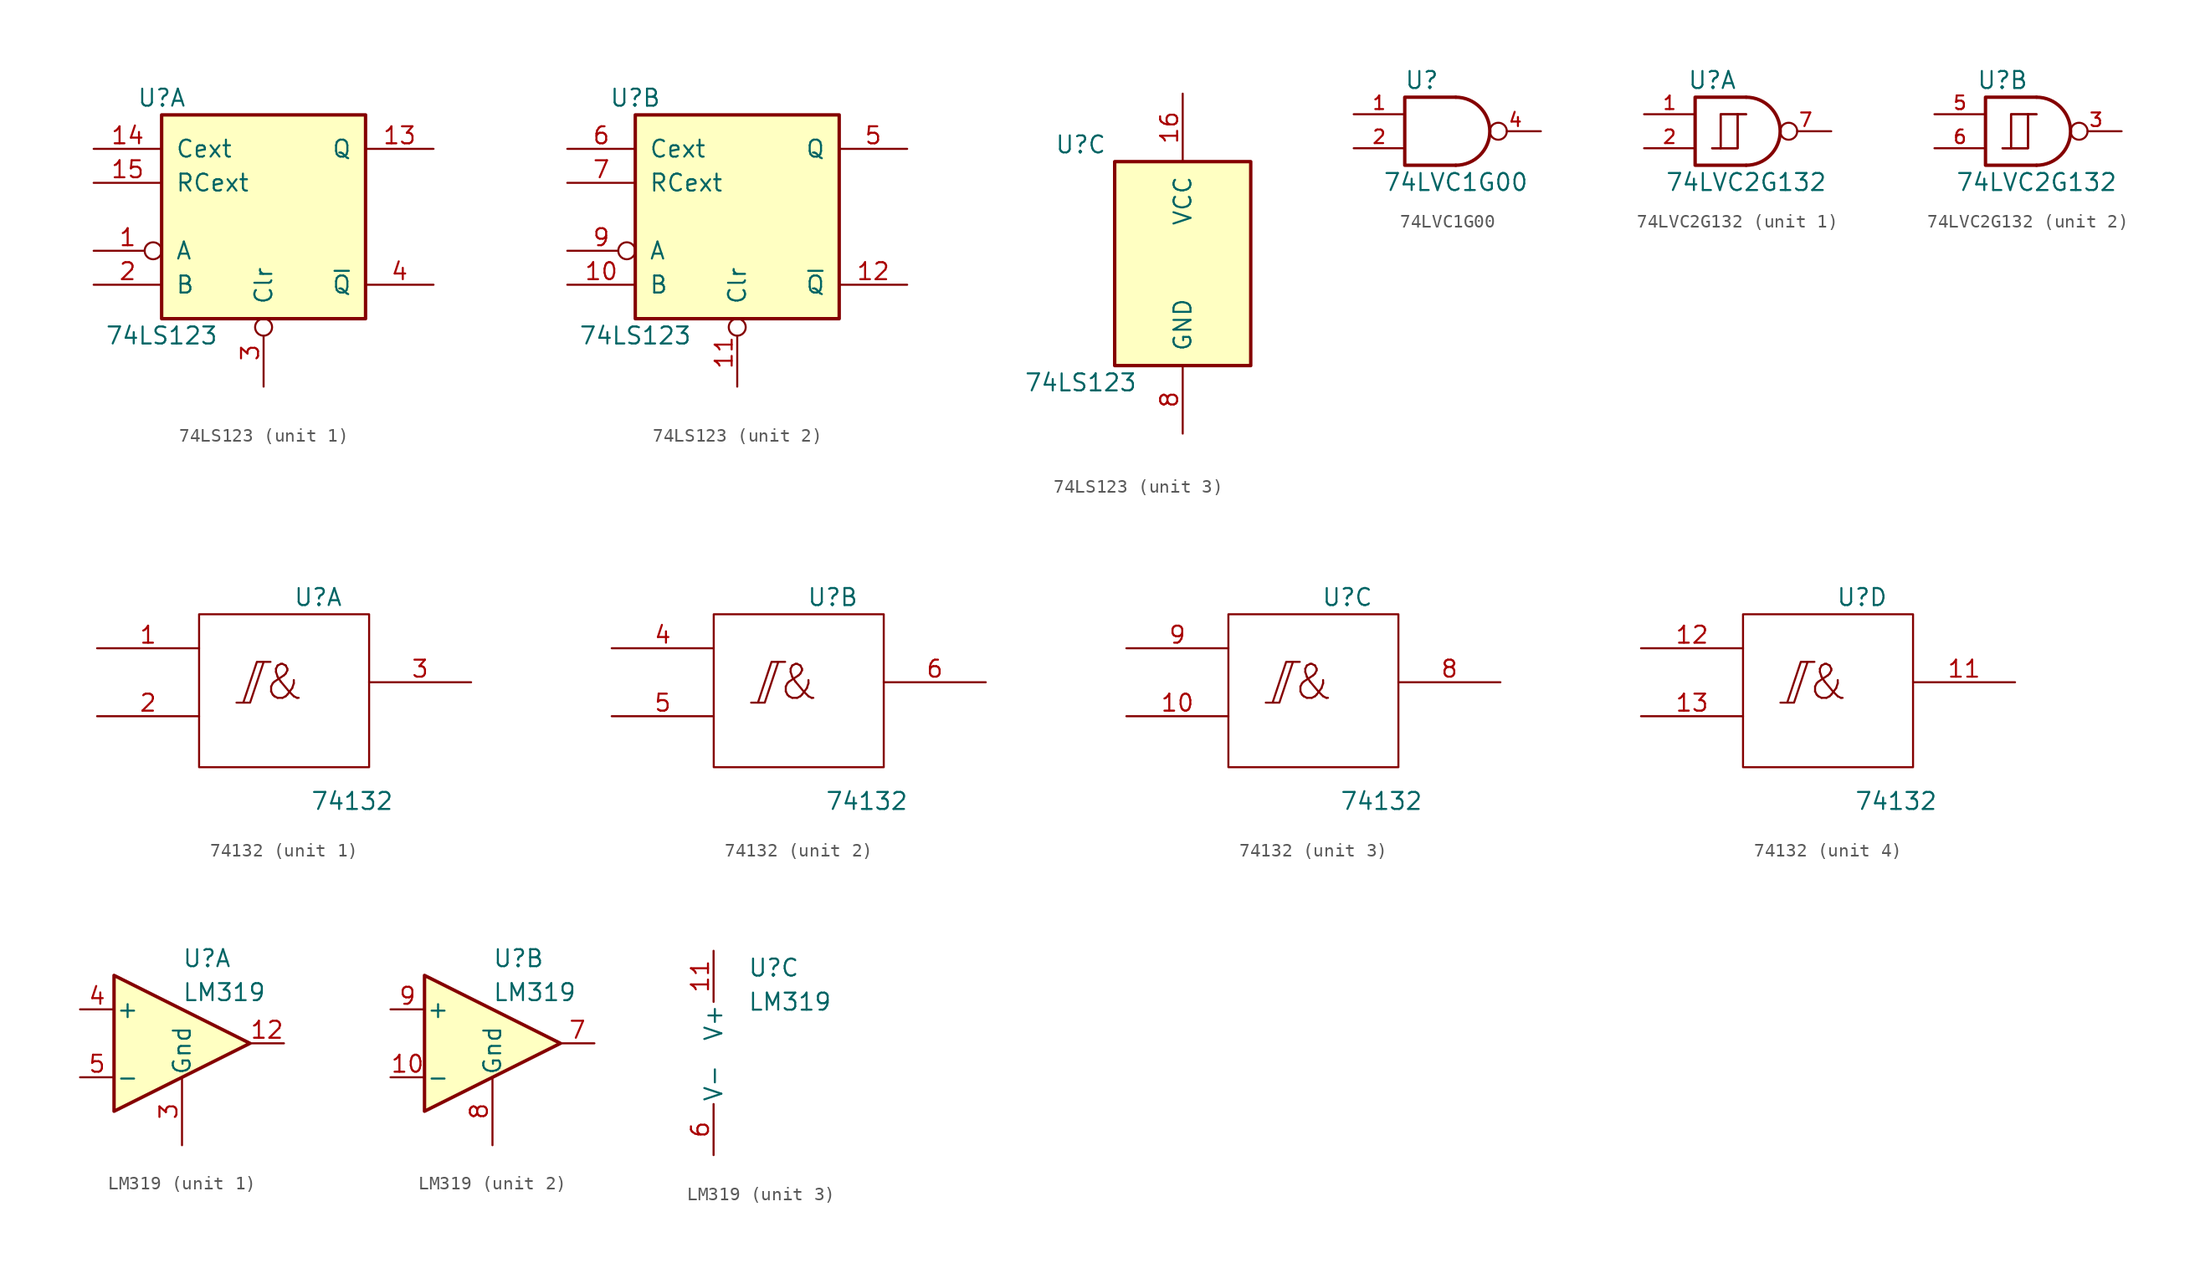
<source format=kicad_sym>
(kicad_symbol_lib
  (version 20241209)
  (generator "kicad_symbol_editor")
  (generator_version "9.0")
  (symbol "74LS123"
    (pin_names
      (offset 1.016))
    (property "Reference" "U"
      (at -7.62 8.89 0)
      (effects (font (size 1.27 1.27))))
    (property "Value" "74LS123"
      (at -7.62 -8.89 0)
      (effects (font (size 1.27 1.27))))
    (property "ki_locked" ""
      (at 0 0 0)
      (effects (font (size 1.27 1.27))))
    (symbol "74LS123_1_0"
      (pin input line (at -12.7 5.08 0) (length 5.08) (name "Cext" (effects (font (size 1.27 1.27)))) (number "14" (effects (font (size 1.27 1.27)))))
      (pin input line (at -12.7 2.54 0) (length 5.08) (name "RCext" (effects (font (size 1.27 1.27)))) (number "15" (effects (font (size 1.27 1.27)))))
      (pin input inverted (at -12.7 -2.54 0) (length 5.08) (name "A" (effects (font (size 1.27 1.27)))) (number "1" (effects (font (size 1.27 1.27)))))
      (pin input line (at -12.7 -5.08 0) (length 5.08) (name "B" (effects (font (size 1.27 1.27)))) (number "2" (effects (font (size 1.27 1.27)))))
      (pin input inverted (at 0 -12.7 90) (length 5.08) (name "Clr" (effects (font (size 1.27 1.27)))) (number "3" (effects (font (size 1.27 1.27)))))
      (pin output line (at 12.7 5.08 180) (length 5.08) (name "Q" (effects (font (size 1.27 1.27)))) (number "13" (effects (font (size 1.27 1.27)))))
      (pin output line (at 12.7 -5.08 180) (length 5.08) (name "~{Q}" (effects (font (size 1.27 1.27)))) (number "4" (effects (font (size 1.27 1.27))))))
    (symbol "74LS123_1_1"
      (rectangle (start -7.62 7.62) (end 7.62 -7.62) (stroke (width 0.254) (type default)) (fill (type background))))
    (symbol "74LS123_2_0"
      (pin input line (at -12.7 5.08 0) (length 5.08) (name "Cext" (effects (font (size 1.27 1.27)))) (number "6" (effects (font (size 1.27 1.27)))))
      (pin input line (at -12.7 2.54 0) (length 5.08) (name "RCext" (effects (font (size 1.27 1.27)))) (number "7" (effects (font (size 1.27 1.27)))))
      (pin input inverted (at -12.7 -2.54 0) (length 5.08) (name "A" (effects (font (size 1.27 1.27)))) (number "9" (effects (font (size 1.27 1.27)))))
      (pin input line (at -12.7 -5.08 0) (length 5.08) (name "B" (effects (font (size 1.27 1.27)))) (number "10" (effects (font (size 1.27 1.27)))))
      (pin input inverted (at 0 -12.7 90) (length 5.08) (name "Clr" (effects (font (size 1.27 1.27)))) (number "11" (effects (font (size 1.27 1.27)))))
      (pin output line (at 12.7 5.08 180) (length 5.08) (name "Q" (effects (font (size 1.27 1.27)))) (number "5" (effects (font (size 1.27 1.27)))))
      (pin output line (at 12.7 -5.08 180) (length 5.08) (name "~{Q}" (effects (font (size 1.27 1.27)))) (number "12" (effects (font (size 1.27 1.27))))))
    (symbol "74LS123_2_1"
      (rectangle (start -7.62 7.62) (end 7.62 -7.62) (stroke (width 0.254) (type default)) (fill (type background))))
    (symbol "74LS123_3_0"
      (pin power_in line (at 0 12.7 270) (length 5.08) (name "VCC" (effects (font (size 1.27 1.27)))) (number "16" (effects (font (size 1.27 1.27)))))
      (pin power_in line (at 0 -12.7 90) (length 5.08) (name "GND" (effects (font (size 1.27 1.27)))) (number "8" (effects (font (size 1.27 1.27))))))
    (symbol "74LS123_3_1"
      (rectangle (start -5.08 7.62) (end 5.08 -7.62) (stroke (width 0.254) (type default)) (fill (type background)))))
  (symbol "74LVC1G00"
    (pin_names
      (offset 1.016))
    (property "Reference" "U"
      (at -2.54 3.81 0)
      (effects (font (size 1.27 1.27))))
    (property "Value" "74LVC1G00"
      (at 0 -3.81 0)
      (effects (font (size 1.27 1.27))))
    (symbol "74LVC1G00_0_1"
      (arc (start 0 2.54) (mid 2.529 0) (end 0 -2.54) (stroke (width 0.254) (type default)) (fill (type none)))
      (polyline (pts (xy 0 -2.54) (xy -3.81 -2.54) (xy -3.81 2.54) (xy 0 2.54)) (stroke (width 0.254) (type default)) (fill (type none))))
    (symbol "74LVC1G00_1_1"
      (pin input line (at -7.62 1.27 0) (length 3.81) (name "~" (effects (font (size 1.016 1.016)))) (number "1" (effects (font (size 1.016 1.016)))))
      (pin input line (at -7.62 -1.27 0) (length 3.81) (name "~" (effects (font (size 1.016 1.016)))) (number "2" (effects (font (size 1.016 1.016)))))
      (pin power_in line (at 0 2.54 90) (length 0) (hide yes) (name "+5V" (effects (font (size 1.016 1.016)))) (number "5" (effects (font (size 1.016 1.016)))))
      (pin power_in line (at 0 -2.54 270) (length 0) (hide yes) (name "GND" (effects (font (size 1.016 1.016)))) (number "3" (effects (font (size 1.016 1.016)))))
      (pin output inverted (at 6.35 0 180) (length 3.81) (name "~" (effects (font (size 1.016 1.016)))) (number "4" (effects (font (size 1.016 1.016)))))))
  (symbol "74LVC2G132"
    (pin_names
      (offset 1.016))
    (property "Reference" "U"
      (at -2.54 3.81 0)
      (effects (font (size 1.27 1.27))))
    (property "Value" "74LVC2G132"
      (at 0 -3.81 0)
      (effects (font (size 1.27 1.27))))
    (symbol "74LVC2G132_0_1"
      (arc (start 0 2.54) (mid 2.529 0) (end 0 -2.54) (stroke (width 0.254) (type default)) (fill (type none)))
      (polyline (pts (xy 0 -2.54) (xy -3.81 -2.54) (xy -3.81 2.54) (xy 0 2.54)) (stroke (width 0.254) (type default)) (fill (type none)))
      (pin power_in line (at 0 2.54 90) (length 0) (hide yes) (name "VCC" (effects (font (size 1.016 1.016)))) (number "8" (effects (font (size 1.016 1.016)))))
      (pin power_in line (at 0 -2.54 270) (length 0) (hide yes) (name "GND" (effects (font (size 1.016 1.016)))) (number "4" (effects (font (size 1.016 1.016))))))
    (symbol "74LVC2G132_1_1"
      (polyline (pts (xy -2.54 -1.27) (xy -0.635 -1.27) (xy -0.635 1.27) (xy 0 1.27)) (stroke (width 0) (type default)) (fill (type none)))
      (polyline (pts (xy -2.54 -1.27) (xy -0.635 -1.27) (xy -0.635 1.27) (xy 0 1.27)) (stroke (width 0) (type default)) (fill (type none)))
      (polyline (pts (xy -1.905 -1.27) (xy -1.905 1.27) (xy -0.635 1.27)) (stroke (width 0) (type default)) (fill (type none)))
      (polyline (pts (xy -1.905 -1.27) (xy -1.905 1.27) (xy -0.635 1.27)) (stroke (width 0) (type default)) (fill (type none)))
      (pin input line (at -7.62 1.27 0) (length 3.81) (name "~" (effects (font (size 1.016 1.016)))) (number "1" (effects (font (size 1.016 1.016)))))
      (pin input line (at -7.62 -1.27 0) (length 3.81) (name "~" (effects (font (size 1.016 1.016)))) (number "2" (effects (font (size 1.016 1.016)))))
      (pin output inverted (at 6.35 0 180) (length 3.81) (name "~" (effects (font (size 1.016 1.016)))) (number "7" (effects (font (size 1.016 1.016))))))
    (symbol "74LVC2G132_2_1"
      (polyline (pts (xy -2.54 -1.27) (xy -0.635 -1.27) (xy -0.635 1.27) (xy 0 1.27)) (stroke (width 0) (type default)) (fill (type none)))
      (polyline (pts (xy -2.54 -1.27) (xy -0.635 -1.27) (xy -0.635 1.27) (xy 0 1.27)) (stroke (width 0) (type default)) (fill (type none)))
      (polyline (pts (xy -1.905 -1.27) (xy -1.905 1.27) (xy -0.635 1.27)) (stroke (width 0) (type default)) (fill (type none)))
      (polyline (pts (xy -1.905 -1.27) (xy -1.905 1.27) (xy -0.635 1.27)) (stroke (width 0) (type default)) (fill (type none)))
      (pin input line (at -7.62 1.27 0) (length 3.81) (name "~" (effects (font (size 1.016 1.016)))) (number "5" (effects (font (size 1.016 1.016)))))
      (pin input line (at -7.62 -1.27 0) (length 3.81) (name "~" (effects (font (size 1.016 1.016)))) (number "6" (effects (font (size 1.016 1.016)))))
      (pin output inverted (at 6.35 0 180) (length 3.81) (name "~" (effects (font (size 1.016 1.016)))) (number "3" (effects (font (size 1.016 1.016)))))))
  (symbol "74132"
    (pin_names
      (offset 0.762))
    (property "Reference" "U"
      (at 2.54 6.35 0)
      (effects (font (size 1.27 1.27))))
    (property "Value" "74132"
      (at 5.08 -8.89 0)
      (effects (font (size 1.27 1.27))))
    (symbol "74132_0_0"
      (polyline (pts (xy -3.556 -1.524) (xy -2.54 -1.524) (xy -1.524 1.524) (xy -1.016 1.524) (xy -2.032 1.524) (xy -3.048 -1.524) (xy -3.048 -1.524)) (stroke (width 0) (type default)) (fill (type none))))
    (symbol "74132_0_1"
      (rectangle (start -6.35 5.08) (end 6.35 -6.35) (stroke (width 0) (type default)) (fill (type none)))
      (text "&" (at 0 0 0) (effects (font (size 2.54 2.54))))
      (pin power_in line (at 0 5.08 270) (length 0) (hide yes) (name "Vcc" (effects (font (size 1.27 1.27)))) (number "14" (effects (font (size 1.27 1.27)))))
      (pin power_in line (at 0 -6.35 90) (length 0) (hide yes) (name "GND" (effects (font (size 1.27 1.27)))) (number "7" (effects (font (size 1.27 1.27))))))
    (symbol "74132_1_1"
      (pin input line (at -13.97 2.54 0) (length 7.62) (name "~" (effects (font (size 1.27 1.27)))) (number "1" (effects (font (size 1.27 1.27)))))
      (pin input line (at -13.97 -2.54 0) (length 7.62) (name "~" (effects (font (size 1.27 1.27)))) (number "2" (effects (font (size 1.27 1.27)))))
      (pin output line (at 13.97 0 180) (length 7.62) (name "~" (effects (font (size 1.27 1.27)))) (number "3" (effects (font (size 1.27 1.27))))))
    (symbol "74132_2_1"
      (pin input line (at -13.97 2.54 0) (length 7.62) (name "~" (effects (font (size 1.27 1.27)))) (number "4" (effects (font (size 1.27 1.27)))))
      (pin input line (at -13.97 -2.54 0) (length 7.62) (name "~" (effects (font (size 1.27 1.27)))) (number "5" (effects (font (size 1.27 1.27)))))
      (pin output line (at 13.97 0 180) (length 7.62) (name "~" (effects (font (size 1.27 1.27)))) (number "6" (effects (font (size 1.27 1.27))))))
    (symbol "74132_3_1"
      (pin input line (at -13.97 2.54 0) (length 7.62) (name "~" (effects (font (size 1.27 1.27)))) (number "9" (effects (font (size 1.27 1.27)))))
      (pin input line (at -13.97 -2.54 0) (length 7.62) (name "~" (effects (font (size 1.27 1.27)))) (number "10" (effects (font (size 1.27 1.27)))))
      (pin output line (at 13.97 0 180) (length 7.62) (name "~" (effects (font (size 1.27 1.27)))) (number "8" (effects (font (size 1.27 1.27))))))
    (symbol "74132_4_1"
      (pin input line (at -13.97 2.54 0) (length 7.62) (name "~" (effects (font (size 1.27 1.27)))) (number "12" (effects (font (size 1.27 1.27)))))
      (pin input line (at -13.97 -2.54 0) (length 7.62) (name "~" (effects (font (size 1.27 1.27)))) (number "13" (effects (font (size 1.27 1.27)))))
      (pin output line (at 13.97 0 180) (length 7.62) (name "~" (effects (font (size 1.27 1.27)))) (number "11" (effects (font (size 1.27 1.27)))))))
  (symbol "LM319"
    (pin_names
      (offset 0.127))
    (property "Reference" "U"
      (at 0 6.35 0)
      (effects (font (size 1.27 1.27)) (justify left)))
    (property "Value" "LM319"
      (at 0 3.81 0)
      (effects (font (size 1.27 1.27)) (justify left)))
    (property "ki_locked" ""
      (at 0 0 0)
      (effects (font (size 1.27 1.27))))
    (symbol "LM319_1_1"
      (polyline (pts (xy -5.08 5.08) (xy 5.08 0) (xy -5.08 -5.08) (xy -5.08 5.08) (xy -5.08 5.08)) (stroke (width 0.254) (type default)) (fill (type background)))
      (pin input line (at -7.62 2.54 0) (length 2.54) (name "+" (effects (font (size 1.27 1.27)))) (number "4" (effects (font (size 1.27 1.27)))))
      (pin input line (at -7.62 -2.54 0) (length 2.54) (name "-" (effects (font (size 1.27 1.27)))) (number "5" (effects (font (size 1.27 1.27)))))
      (pin no_connect line (at 0 2.54 270) (length 2.54) (hide yes) (name "NC" (effects (font (size 1.27 1.27)))) (number "2" (effects (font (size 1.27 1.27)))))
      (pin no_connect line (at 0 -2.54 90) (length 2.54) (hide yes) (name "NC" (effects (font (size 1.27 1.27)))) (number "1" (effects (font (size 1.27 1.27)))))
      (pin passive line (at 0 -7.62 90) (length 5.08) (name "Gnd" (effects (font (size 1.27 1.27)))) (number "3" (effects (font (size 1.27 1.27)))))
      (pin open_collector line (at 7.62 0 180) (length 2.54) (name "~" (effects (font (size 1.27 1.27)))) (number "12" (effects (font (size 1.27 1.27))))))
    (symbol "LM319_2_1"
      (polyline (pts (xy -5.08 5.08) (xy 5.08 0) (xy -5.08 -5.08) (xy -5.08 5.08) (xy -5.08 5.08)) (stroke (width 0.254) (type default)) (fill (type background)))
      (pin input line (at -7.62 2.54 0) (length 2.54) (name "+" (effects (font (size 1.27 1.27)))) (number "9" (effects (font (size 1.27 1.27)))))
      (pin input line (at -7.62 -2.54 0) (length 2.54) (name "-" (effects (font (size 1.27 1.27)))) (number "10" (effects (font (size 1.27 1.27)))))
      (pin no_connect line (at 0 2.54 270) (length 2.54) (hide yes) (name "NC" (effects (font (size 1.27 1.27)))) (number "14" (effects (font (size 1.27 1.27)))))
      (pin no_connect line (at 0 -2.54 90) (length 2.54) (hide yes) (name "NC" (effects (font (size 1.27 1.27)))) (number "13" (effects (font (size 1.27 1.27)))))
      (pin passive line (at 0 -7.62 90) (length 5.08) (name "Gnd" (effects (font (size 1.27 1.27)))) (number "8" (effects (font (size 1.27 1.27)))))
      (pin open_collector line (at 7.62 0 180) (length 2.54) (name "~" (effects (font (size 1.27 1.27)))) (number "7" (effects (font (size 1.27 1.27))))))
    (symbol "LM319_3_1"
      (pin power_in line (at -2.54 7.62 270) (length 3.81) (name "V+" (effects (font (size 1.27 1.27)))) (number "11" (effects (font (size 1.27 1.27)))))
      (pin power_in line (at -2.54 -7.62 90) (length 3.81) (name "V-" (effects (font (size 1.27 1.27)))) (number "6" (effects (font (size 1.27 1.27))))))))
</source>
